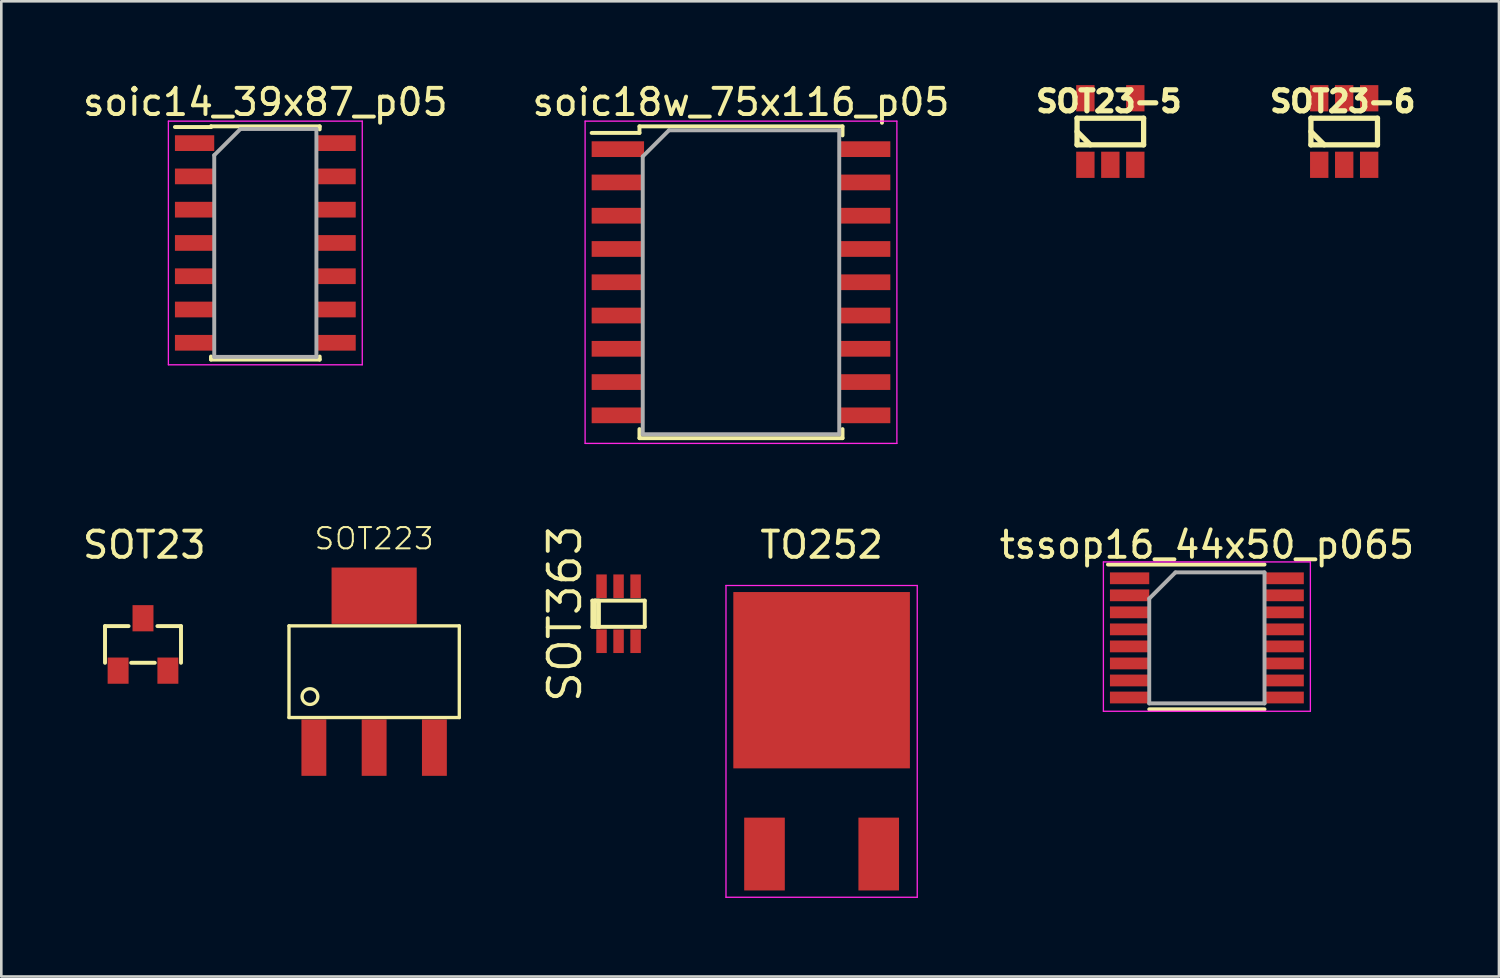
<source format=kicad_pcb>
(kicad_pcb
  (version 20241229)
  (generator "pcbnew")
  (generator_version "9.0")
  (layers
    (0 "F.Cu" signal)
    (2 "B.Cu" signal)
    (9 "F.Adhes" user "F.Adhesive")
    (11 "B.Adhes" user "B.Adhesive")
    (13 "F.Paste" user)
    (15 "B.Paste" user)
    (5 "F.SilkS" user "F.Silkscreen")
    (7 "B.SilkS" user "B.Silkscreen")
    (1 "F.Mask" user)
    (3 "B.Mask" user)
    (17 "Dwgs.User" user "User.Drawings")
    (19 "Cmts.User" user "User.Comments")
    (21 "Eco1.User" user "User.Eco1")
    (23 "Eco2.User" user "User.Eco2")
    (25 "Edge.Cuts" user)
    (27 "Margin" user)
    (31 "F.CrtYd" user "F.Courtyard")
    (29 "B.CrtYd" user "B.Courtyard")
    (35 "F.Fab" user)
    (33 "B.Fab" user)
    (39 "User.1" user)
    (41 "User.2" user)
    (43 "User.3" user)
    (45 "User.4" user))
  (footprint "SOT23-6"
    (layer "F.Cu")
    (at 48.255 1.97)
    (property "Reference" "SOT23-6" (at -0.056 -1.151 0) (layer "F.SilkS") (effects (font (size 0.8 0.8) (thickness 0.201))))
    (attr smd)
    (fp_line (start -1.27 -0.508) (end 1.27 -0.508) (stroke (width 0.201) (type solid)) (layer "F.SilkS"))
    (fp_line (start -1.27 0.508) (end -1.27 -0.508) (stroke (width 0.201) (type solid)) (layer "F.SilkS"))
    (fp_line (start -0.762 0.508) (end -1.27 0) (stroke (width 0.201) (type solid)) (layer "F.SilkS"))
    (fp_line (start 1.27 -0.508) (end 1.27 0.508) (stroke (width 0.201) (type solid)) (layer "F.SilkS"))
    (fp_line (start 1.27 0.508) (end -1.27 0.508) (stroke (width 0.201) (type solid)) (layer "F.SilkS"))
    (pad "1" smd rect (at -0.953 1.27) (size 0.701 1.001) (layers "F.Cu" "F.Mask" "F.Paste"))
    (pad "2" smd rect (at 0 1.27) (size 0.701 1.001) (layers "F.Cu" "F.Mask" "F.Paste"))
    (pad "3" smd rect (at 0.953 1.27) (size 0.701 1.001) (layers "F.Cu" "F.Mask" "F.Paste"))
    (pad "4" smd rect (at 0.953 -1.27) (size 0.701 1.001) (layers "F.Cu" "F.Mask" "F.Paste"))
    (pad "5" smd rect (at 0 -1.27) (size 0.701 1.001) (layers "F.Cu" "F.Mask" "F.Paste"))
    (pad "6" smd rect (at -0.953 -1.27) (size 0.701 1.001) (layers "F.Cu" "F.Mask" "F.Paste")))
  (footprint "SOT223"
    (layer "F.Cu")
    (at 11.23 22.587)
    (property "Reference" "SOT223" (at 0 -5.08 0) (layer "F.SilkS") (effects (font (size 0.813 0.813) (thickness 0.076))))
    (attr through_hole)
    (fp_line (start -3.25 -1.75) (end 3.25 -1.75) (stroke (width 0.127) (type solid)) (layer "F.SilkS"))
    (fp_line (start -3.25 1.75) (end -3.25 -1.75) (stroke (width 0.127) (type solid)) (layer "F.SilkS"))
    (fp_line (start 3.25 -1.75) (end 3.25 1.75) (stroke (width 0.127) (type solid)) (layer "F.SilkS"))
    (fp_line (start 3.25 1.75) (end -3.25 1.75) (stroke (width 0.127) (type solid)) (layer "F.SilkS"))
    (fp_circle (center -2.45 0.95) (end -2.15 0.95) (stroke (width 0.127) (type solid)) (fill no) (layer "F.SilkS"))
    (pad "1" smd rect (at -2.3 2.9) (size 0.95 2.15) (layers "F.Cu" "F.Mask" "F.Paste"))
    (pad "2" smd rect (at 0 -2.9) (size 3.25 2.15) (layers "F.Cu" "F.Mask" "F.Paste"))
    (pad "2" smd rect (at 0 2.9) (size 0.95 2.15) (layers "F.Cu" "F.Mask" "F.Paste"))
    (pad "3" smd rect (at 2.3 2.9) (size 0.95 2.15) (layers "F.Cu" "F.Mask" "F.Paste")))
  (footprint "SOT363"
    (layer "F.Cu")
    (at 20.559 20.375)
    (property "Reference" "SOT363" (at -2.05 0 90) (layer "F.SilkS") (effects (font (size 1.2 1.2) (thickness 0.15))))
    (attr through_hole)
    (fp_line (start -1 -0.5) (end -1 0.5) (stroke (width 0.15) (type solid)) (layer "F.SilkS"))
    (fp_line (start -1 0.5) (end 1 0.5) (stroke (width 0.15) (type solid)) (layer "F.SilkS"))
    (fp_line (start -0.9 -0.5) (end -0.8 -0.5) (stroke (width 0.15) (type solid)) (layer "F.SilkS"))
    (fp_line (start -0.9 0.5) (end -0.9 -0.5) (stroke (width 0.15) (type solid)) (layer "F.SilkS"))
    (fp_line (start -0.75 -0.5) (end -0.75 0.5) (stroke (width 0.15) (type solid)) (layer "F.SilkS"))
    (fp_line (start -0.75 0.5) (end -0.9 0.5) (stroke (width 0.15) (type solid)) (layer "F.SilkS"))
    (fp_line (start 1 -0.5) (end -1 -0.5) (stroke (width 0.15) (type solid)) (layer "F.SilkS"))
    (fp_line (start 1 0.5) (end 1 -0.5) (stroke (width 0.15) (type solid)) (layer "F.SilkS"))
    (pad "1" smd rect (at -0.65 1.05) (size 0.4 0.9) (layers "F.Cu" "F.Mask" "F.Paste"))
    (pad "2" smd rect (at 0 1.05) (size 0.4 0.9) (layers "F.Cu" "F.Mask" "F.Paste"))
    (pad "3" smd rect (at 0.65 1.05) (size 0.4 0.9) (layers "F.Cu" "F.Mask" "F.Paste"))
    (pad "4" smd rect (at 0.65 -1.05) (size 0.4 0.9) (layers "F.Cu" "F.Mask" "F.Paste"))
    (pad "5" smd rect (at 0 -1.05) (size 0.4 0.9) (layers "F.Cu" "F.Mask" "F.Paste"))
    (pad "6" smd rect (at -0.65 -1.05) (size 0.4 0.9) (layers "F.Cu" "F.Mask" "F.Paste")))
  (footprint "SOT23"
    (layer "F.Cu")
    (at 2.458 21.547)
    (property "Reference" "SOT23" (at 0 -3.8 0) (layer "F.SilkS") (effects (font (size 1 1) (thickness 0.15))))
    (attr through_hole)
    (fp_line (start -1.5 -0.7) (end -0.6 -0.7) (stroke (width 0.15) (type solid)) (layer "F.SilkS"))
    (fp_line (start -1.5 0.7) (end -1.5 -0.7) (stroke (width 0.15) (type solid)) (layer "F.SilkS"))
    (fp_line (start -0.5 0.7) (end 0.4 0.7) (stroke (width 0.15) (type solid)) (layer "F.SilkS"))
    (fp_line (start 1.4 -0.7) (end 0.5 -0.7) (stroke (width 0.15) (type solid)) (layer "F.SilkS"))
    (fp_line (start 1.4 -0.7) (end 1.4 0.7) (stroke (width 0.15) (type solid)) (layer "F.SilkS"))
    (pad "1" smd rect (at -1 1) (size 0.8 1) (layers "F.Cu" "F.Mask" "F.Paste"))
    (pad "2" smd rect (at 0.9 1) (size 0.8 1) (layers "F.Cu" "F.Mask" "F.Paste"))
    (pad "3" smd rect (at -0.05 -1) (size 0.8 1) (layers "F.Cu" "F.Mask" "F.Paste")))
  (footprint "soic18w_75x116_p05"
    (layer "F.Cu")
    (at 25.232 7.723)
    (property "Reference" "soic18w_75x116_p05" (at 0 -6.875 0) (layer "F.SilkS") (effects (font (size 1 1) (thickness 0.15))))
    (attr smd)
    (fp_line (start -3.875 -5.95) (end -3.875 -5.7) (stroke (width 0.15) (type solid)) (layer "F.SilkS"))
    (fp_line (start -3.875 -5.95) (end 3.875 -5.95) (stroke (width 0.15) (type solid)) (layer "F.SilkS"))
    (fp_line (start -3.875 -5.7) (end -5.7 -5.7) (stroke (width 0.15) (type solid)) (layer "F.SilkS"))
    (fp_line (start -3.875 5.95) (end -3.875 5.605) (stroke (width 0.15) (type solid)) (layer "F.SilkS"))
    (fp_line (start -3.875 5.95) (end 3.875 5.95) (stroke (width 0.15) (type solid)) (layer "F.SilkS"))
    (fp_line (start 3.875 -5.95) (end 3.875 -5.605) (stroke (width 0.15) (type solid)) (layer "F.SilkS"))
    (fp_line (start 3.875 5.95) (end 3.875 5.605) (stroke (width 0.15) (type solid)) (layer "F.SilkS"))
    (fp_line (start -5.95 -6.15) (end -5.95 6.15) (stroke (width 0.05) (type solid)) (layer "F.CrtYd"))
    (fp_line (start -5.95 -6.15) (end 5.95 -6.15) (stroke (width 0.05) (type solid)) (layer "F.CrtYd"))
    (fp_line (start -5.95 6.15) (end 5.95 6.15) (stroke (width 0.05) (type solid)) (layer "F.CrtYd"))
    (fp_line (start 5.95 -6.15) (end 5.95 6.15) (stroke (width 0.05) (type solid)) (layer "F.CrtYd"))
    (fp_line (start -3.75 -4.8) (end -2.75 -5.8) (stroke (width 0.15) (type solid)) (layer "F.Fab"))
    (fp_line (start -3.75 5.8) (end -3.75 -4.8) (stroke (width 0.15) (type solid)) (layer "F.Fab"))
    (fp_line (start -2.75 -5.8) (end 3.75 -5.8) (stroke (width 0.15) (type solid)) (layer "F.Fab"))
    (fp_line (start 3.75 -5.8) (end 3.75 5.8) (stroke (width 0.15) (type solid)) (layer "F.Fab"))
    (fp_line (start 3.75 5.8) (end -3.75 5.8) (stroke (width 0.15) (type solid)) (layer "F.Fab"))
    (pad "1" smd rect (at -4.7 -5.08) (size 2 0.6) (layers "F.Cu" "F.Mask" "F.Paste"))
    (pad "2" smd rect (at -4.7 -3.81) (size 2 0.6) (layers "F.Cu" "F.Mask" "F.Paste"))
    (pad "3" smd rect (at -4.7 -2.54) (size 2 0.6) (layers "F.Cu" "F.Mask" "F.Paste"))
    (pad "4" smd rect (at -4.7 -1.27) (size 2 0.6) (layers "F.Cu" "F.Mask" "F.Paste"))
    (pad "5" smd rect (at -4.7 0) (size 2 0.6) (layers "F.Cu" "F.Mask" "F.Paste"))
    (pad "6" smd rect (at -4.7 1.27) (size 2 0.6) (layers "F.Cu" "F.Mask" "F.Paste"))
    (pad "7" smd rect (at -4.7 2.54) (size 2 0.6) (layers "F.Cu" "F.Mask" "F.Paste"))
    (pad "8" smd rect (at -4.7 3.81) (size 2 0.6) (layers "F.Cu" "F.Mask" "F.Paste"))
    (pad "9" smd rect (at -4.7 5.08) (size 2 0.6) (layers "F.Cu" "F.Mask" "F.Paste"))
    (pad "10" smd rect (at 4.7 5.08) (size 2 0.6) (layers "F.Cu" "F.Mask" "F.Paste"))
    (pad "11" smd rect (at 4.7 3.81) (size 2 0.6) (layers "F.Cu" "F.Mask" "F.Paste"))
    (pad "12" smd rect (at 4.7 2.54) (size 2 0.6) (layers "F.Cu" "F.Mask" "F.Paste"))
    (pad "13" smd rect (at 4.7 1.27) (size 2 0.6) (layers "F.Cu" "F.Mask" "F.Paste"))
    (pad "14" smd rect (at 4.7 0) (size 2 0.6) (layers "F.Cu" "F.Mask" "F.Paste"))
    (pad "15" smd rect (at 4.7 -1.27) (size 2 0.6) (layers "F.Cu" "F.Mask" "F.Paste"))
    (pad "16" smd rect (at 4.7 -2.54) (size 2 0.6) (layers "F.Cu" "F.Mask" "F.Paste"))
    (pad "17" smd rect (at 4.7 -3.81) (size 2 0.6) (layers "F.Cu" "F.Mask" "F.Paste"))
    (pad "18" smd rect (at 4.7 -5.08) (size 2 0.6) (layers "F.Cu" "F.Mask" "F.Paste")))
  (footprint "SOT23-5"
    (layer "F.Cu")
    (at 39.329 1.97)
    (property "Reference" "SOT23-5" (at -0.056 -1.151 0) (layer "F.SilkS") (effects (font (size 0.8 0.8) (thickness 0.201))))
    (attr smd)
    (fp_line (start -1.27 -0.508) (end 1.27 -0.508) (stroke (width 0.201) (type solid)) (layer "F.SilkS"))
    (fp_line (start -1.27 0.508) (end -1.27 -0.508) (stroke (width 0.201) (type solid)) (layer "F.SilkS"))
    (fp_line (start -0.762 0.508) (end -1.27 0) (stroke (width 0.201) (type solid)) (layer "F.SilkS"))
    (fp_line (start 1.27 -0.508) (end 1.27 0.508) (stroke (width 0.201) (type solid)) (layer "F.SilkS"))
    (fp_line (start 1.27 0.508) (end -1.27 0.508) (stroke (width 0.201) (type solid)) (layer "F.SilkS"))
    (pad "1" smd rect (at -0.953 1.27) (size 0.701 1.001) (layers "F.Cu" "F.Mask" "F.Paste"))
    (pad "2" smd rect (at 0 1.27) (size 0.701 1.001) (layers "F.Cu" "F.Mask" "F.Paste"))
    (pad "3" smd rect (at 0.953 1.27) (size 0.701 1.001) (layers "F.Cu" "F.Mask" "F.Paste"))
    (pad "4" smd rect (at 0.953 -1.27) (size 0.701 1.001) (layers "F.Cu" "F.Mask" "F.Paste"))
    (pad "5" smd rect (at -0.953 -1.27) (size 0.701 1.001) (layers "F.Cu" "F.Mask" "F.Paste")))
  (footprint "TO252"
    (layer "F.Cu")
    (at 28.309 25.247)
    (property "Reference" "TO252" (at 0 -7.5 0) (layer "F.SilkS") (effects (font (size 1 1) (thickness 0.15))))
    (attr smd)
    (fp_line (start -3.65 -5.95) (end 3.65 -5.95) (stroke (width 0.05) (type solid)) (layer "F.CrtYd"))
    (fp_line (start -3.65 5.95) (end -3.65 -5.95) (stroke (width 0.05) (type solid)) (layer "F.CrtYd"))
    (fp_line (start 3.65 -5.95) (end 3.65 5.95) (stroke (width 0.05) (type solid)) (layer "F.CrtYd"))
    (fp_line (start 3.65 5.95) (end -3.65 5.95) (stroke (width 0.05) (type solid)) (layer "F.CrtYd"))
    (pad "1" smd rect (at -2.18 4.3) (size 1.55 2.78) (layers "F.Cu" "F.Mask" "F.Paste"))
    (pad "3" smd rect (at 2.18 4.3) (size 1.55 2.78) (layers "F.Cu" "F.Mask" "F.Paste"))
    (pad "4" smd rect (at 0 -2.335) (size 6.74 6.73) (layers "F.Cu" "F.Mask" "F.Paste")))
  (footprint "tssop16_44x50_p065"
    (layer "F.Cu")
    (at 43.014 21.297)
    (property "Reference" "tssop16_44x50_p065" (at 0 -3.55 0) (layer "F.SilkS") (effects (font (size 1 1) (thickness 0.15))))
    (attr smd)
    (fp_line (start -3.775 -2.8) (end 2.2 -2.8) (stroke (width 0.15) (type solid)) (layer "F.SilkS"))
    (fp_line (start -2.2 2.725) (end 2.2 2.725) (stroke (width 0.15) (type solid)) (layer "F.SilkS"))
    (fp_line (start -3.95 -2.9) (end -3.95 2.8) (stroke (width 0.05) (type solid)) (layer "F.CrtYd"))
    (fp_line (start -3.95 -2.9) (end 3.95 -2.9) (stroke (width 0.05) (type solid)) (layer "F.CrtYd"))
    (fp_line (start -3.95 2.8) (end 3.95 2.8) (stroke (width 0.05) (type solid)) (layer "F.CrtYd"))
    (fp_line (start 3.95 -2.9) (end 3.95 2.8) (stroke (width 0.05) (type solid)) (layer "F.CrtYd"))
    (fp_line (start -2.2 -1.5) (end -1.2 -2.5) (stroke (width 0.15) (type solid)) (layer "F.Fab"))
    (fp_line (start -2.2 2.5) (end -2.2 -1.5) (stroke (width 0.15) (type solid)) (layer "F.Fab"))
    (fp_line (start -1.2 -2.5) (end 2.2 -2.5) (stroke (width 0.15) (type solid)) (layer "F.Fab"))
    (fp_line (start 2.2 -2.5) (end 2.2 2.5) (stroke (width 0.15) (type solid)) (layer "F.Fab"))
    (fp_line (start 2.2 2.5) (end -2.2 2.5) (stroke (width 0.15) (type solid)) (layer "F.Fab"))
    (pad "1" smd rect (at -2.95 -2.275) (size 1.5 0.45) (layers "F.Cu" "F.Mask" "F.Paste"))
    (pad "2" smd rect (at -2.95 -1.625) (size 1.5 0.45) (layers "F.Cu" "F.Mask" "F.Paste"))
    (pad "3" smd rect (at -2.95 -0.975) (size 1.5 0.45) (layers "F.Cu" "F.Mask" "F.Paste"))
    (pad "4" smd rect (at -2.95 -0.325) (size 1.5 0.45) (layers "F.Cu" "F.Mask" "F.Paste"))
    (pad "5" smd rect (at -2.95 0.325) (size 1.5 0.45) (layers "F.Cu" "F.Mask" "F.Paste"))
    (pad "6" smd rect (at -2.95 0.975) (size 1.5 0.45) (layers "F.Cu" "F.Mask" "F.Paste"))
    (pad "7" smd rect (at -2.95 1.625) (size 1.5 0.45) (layers "F.Cu" "F.Mask" "F.Paste"))
    (pad "8" smd rect (at -2.95 2.275) (size 1.5 0.45) (layers "F.Cu" "F.Mask" "F.Paste"))
    (pad "9" smd rect (at 2.95 2.275) (size 1.5 0.45) (layers "F.Cu" "F.Mask" "F.Paste"))
    (pad "10" smd rect (at 2.95 1.625) (size 1.5 0.45) (layers "F.Cu" "F.Mask" "F.Paste"))
    (pad "11" smd rect (at 2.95 0.975) (size 1.5 0.45) (layers "F.Cu" "F.Mask" "F.Paste"))
    (pad "12" smd rect (at 2.95 0.325) (size 1.5 0.45) (layers "F.Cu" "F.Mask" "F.Paste"))
    (pad "13" smd rect (at 2.95 -0.325) (size 1.5 0.45) (layers "F.Cu" "F.Mask" "F.Paste"))
    (pad "14" smd rect (at 2.95 -0.975) (size 1.5 0.45) (layers "F.Cu" "F.Mask" "F.Paste"))
    (pad "15" smd rect (at 2.95 -1.625) (size 1.5 0.45) (layers "F.Cu" "F.Mask" "F.Paste"))
    (pad "16" smd rect (at 2.95 -2.275) (size 1.5 0.45) (layers "F.Cu" "F.Mask" "F.Paste")))
  (footprint "soic14_39x87_p05"
    (layer "F.Cu")
    (at 7.077 6.223)
    (property "Reference" "soic14_39x87_p05" (at 0 -5.375 0) (layer "F.SilkS") (effects (font (size 1 1) (thickness 0.15))))
    (attr smd)
    (fp_line (start -2.075 -4.45) (end -2.075 -4.425) (stroke (width 0.15) (type solid)) (layer "F.SilkS"))
    (fp_line (start -2.075 -4.45) (end 2.075 -4.45) (stroke (width 0.15) (type solid)) (layer "F.SilkS"))
    (fp_line (start -2.075 -4.425) (end -3.45 -4.425) (stroke (width 0.15) (type solid)) (layer "F.SilkS"))
    (fp_line (start -2.075 4.45) (end -2.075 4.335) (stroke (width 0.15) (type solid)) (layer "F.SilkS"))
    (fp_line (start -2.075 4.45) (end 2.075 4.45) (stroke (width 0.15) (type solid)) (layer "F.SilkS"))
    (fp_line (start 2.075 -4.45) (end 2.075 -4.335) (stroke (width 0.15) (type solid)) (layer "F.SilkS"))
    (fp_line (start 2.075 4.45) (end 2.075 4.335) (stroke (width 0.15) (type solid)) (layer "F.SilkS"))
    (fp_line (start -3.7 -4.65) (end -3.7 4.65) (stroke (width 0.05) (type solid)) (layer "F.CrtYd"))
    (fp_line (start -3.7 -4.65) (end 3.7 -4.65) (stroke (width 0.05) (type solid)) (layer "F.CrtYd"))
    (fp_line (start -3.7 4.65) (end 3.7 4.65) (stroke (width 0.05) (type solid)) (layer "F.CrtYd"))
    (fp_line (start 3.7 -4.65) (end 3.7 4.65) (stroke (width 0.05) (type solid)) (layer "F.CrtYd"))
    (fp_line (start -1.95 -3.35) (end -0.95 -4.35) (stroke (width 0.15) (type solid)) (layer "F.Fab"))
    (fp_line (start -1.95 4.35) (end -1.95 -3.35) (stroke (width 0.15) (type solid)) (layer "F.Fab"))
    (fp_line (start -0.95 -4.35) (end 1.95 -4.35) (stroke (width 0.15) (type solid)) (layer "F.Fab"))
    (fp_line (start 1.95 -4.35) (end 1.95 4.35) (stroke (width 0.15) (type solid)) (layer "F.Fab"))
    (fp_line (start 1.95 4.35) (end -1.95 4.35) (stroke (width 0.15) (type solid)) (layer "F.Fab"))
    (pad "1" smd rect (at -2.7 -3.81) (size 1.5 0.6) (layers "F.Cu" "F.Mask" "F.Paste"))
    (pad "2" smd rect (at -2.7 -2.54) (size 1.5 0.6) (layers "F.Cu" "F.Mask" "F.Paste"))
    (pad "3" smd rect (at -2.7 -1.27) (size 1.5 0.6) (layers "F.Cu" "F.Mask" "F.Paste"))
    (pad "4" smd rect (at -2.7 0) (size 1.5 0.6) (layers "F.Cu" "F.Mask" "F.Paste"))
    (pad "5" smd rect (at -2.7 1.27) (size 1.5 0.6) (layers "F.Cu" "F.Mask" "F.Paste"))
    (pad "6" smd rect (at -2.7 2.54) (size 1.5 0.6) (layers "F.Cu" "F.Mask" "F.Paste"))
    (pad "7" smd rect (at -2.7 3.81) (size 1.5 0.6) (layers "F.Cu" "F.Mask" "F.Paste"))
    (pad "8" smd rect (at 2.7 3.81) (size 1.5 0.6) (layers "F.Cu" "F.Mask" "F.Paste"))
    (pad "9" smd rect (at 2.7 2.54) (size 1.5 0.6) (layers "F.Cu" "F.Mask" "F.Paste"))
    (pad "10" smd rect (at 2.7 1.27) (size 1.5 0.6) (layers "F.Cu" "F.Mask" "F.Paste"))
    (pad "11" smd rect (at 2.7 0) (size 1.5 0.6) (layers "F.Cu" "F.Mask" "F.Paste"))
    (pad "12" smd rect (at 2.7 -1.27) (size 1.5 0.6) (layers "F.Cu" "F.Mask" "F.Paste"))
    (pad "13" smd rect (at 2.7 -2.54) (size 1.5 0.6) (layers "F.Cu" "F.Mask" "F.Paste"))
    (pad "14" smd rect (at 2.7 -3.81) (size 1.5 0.6) (layers "F.Cu" "F.Mask" "F.Paste")))
  (gr_rect
    (start -3 -3)
    (end 54.162 34.221)
    (stroke (width 0.1) (type default))
    (fill no)
    (layer "Edge.Cuts")))
</source>
